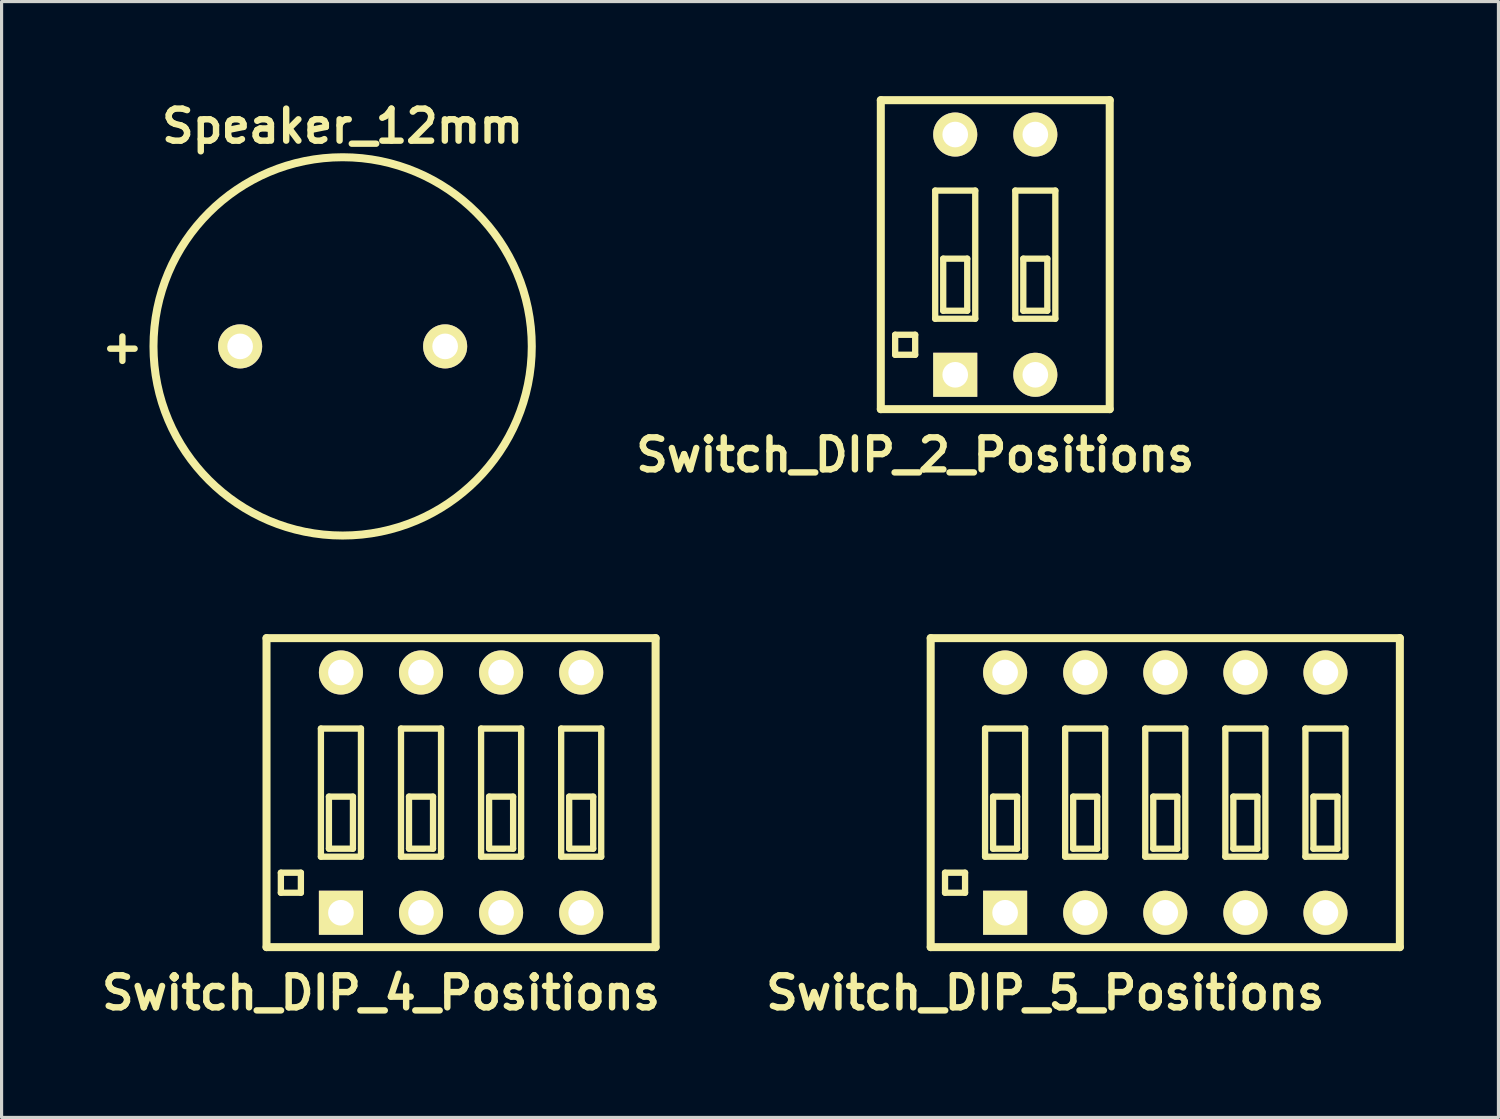
<source format=kicad_pcb>
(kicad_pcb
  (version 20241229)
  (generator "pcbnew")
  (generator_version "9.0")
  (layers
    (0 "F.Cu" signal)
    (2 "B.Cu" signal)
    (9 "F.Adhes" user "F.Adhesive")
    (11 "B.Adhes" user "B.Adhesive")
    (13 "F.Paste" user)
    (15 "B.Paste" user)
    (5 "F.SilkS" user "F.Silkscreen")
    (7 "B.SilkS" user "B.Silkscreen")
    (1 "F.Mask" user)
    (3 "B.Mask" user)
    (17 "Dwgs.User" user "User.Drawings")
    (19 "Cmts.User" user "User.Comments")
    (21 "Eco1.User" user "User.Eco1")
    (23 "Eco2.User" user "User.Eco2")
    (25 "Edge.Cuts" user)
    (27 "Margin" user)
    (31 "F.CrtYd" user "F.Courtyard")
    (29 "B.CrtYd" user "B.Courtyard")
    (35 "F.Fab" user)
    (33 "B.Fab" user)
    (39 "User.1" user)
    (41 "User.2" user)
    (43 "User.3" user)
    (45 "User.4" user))
  (footprint "Switch_DIP_5_Positions"
    (layer "F.Cu")
    (at 33.908 22.089)
    (property "Reference" "Switch_DIP_5_Positions" (at -3.81 6.35 0) (layer "F.SilkS") (effects (font (size 1.016 1.016) (thickness 0.203))))
    (attr through_hole)
    (fp_line (start -7.44 -4.9) (end 7.44 -4.9) (stroke (width 0.254) (type solid)) (layer "F.SilkS"))
    (fp_line (start -7.44 4.9) (end -7.44 -4.9) (stroke (width 0.254) (type solid)) (layer "F.SilkS"))
    (fp_line (start -6.985 2.54) (end -6.35 2.54) (stroke (width 0.2) (type solid)) (layer "F.SilkS"))
    (fp_line (start -6.985 3.175) (end -6.985 2.54) (stroke (width 0.2) (type solid)) (layer "F.SilkS"))
    (fp_line (start -6.35 2.54) (end -6.35 3.175) (stroke (width 0.2) (type solid)) (layer "F.SilkS"))
    (fp_line (start -6.35 3.175) (end -6.985 3.175) (stroke (width 0.2) (type solid)) (layer "F.SilkS"))
    (fp_line (start -5.715 -2.032) (end -4.445 -2.032) (stroke (width 0.2) (type solid)) (layer "F.SilkS"))
    (fp_line (start -5.715 2.032) (end -5.715 -2.032) (stroke (width 0.2) (type solid)) (layer "F.SilkS"))
    (fp_line (start -5.461 0.127) (end -5.461 1.778) (stroke (width 0.2) (type solid)) (layer "F.SilkS"))
    (fp_line (start -5.461 1.778) (end -4.699 1.778) (stroke (width 0.2) (type solid)) (layer "F.SilkS"))
    (fp_line (start -4.699 0.127) (end -5.461 0.127) (stroke (width 0.2) (type solid)) (layer "F.SilkS"))
    (fp_line (start -4.699 1.778) (end -4.699 0.127) (stroke (width 0.2) (type solid)) (layer "F.SilkS"))
    (fp_line (start -4.445 -2.032) (end -4.445 2.032) (stroke (width 0.2) (type solid)) (layer "F.SilkS"))
    (fp_line (start -4.445 2.032) (end -5.715 2.032) (stroke (width 0.2) (type solid)) (layer "F.SilkS"))
    (fp_line (start -3.175 -2.032) (end -1.905 -2.032) (stroke (width 0.2) (type solid)) (layer "F.SilkS"))
    (fp_line (start -3.175 2.032) (end -3.175 -2.032) (stroke (width 0.2) (type solid)) (layer "F.SilkS"))
    (fp_line (start -2.921 0.127) (end -2.921 1.778) (stroke (width 0.2) (type solid)) (layer "F.SilkS"))
    (fp_line (start -2.921 1.778) (end -2.159 1.778) (stroke (width 0.2) (type solid)) (layer "F.SilkS"))
    (fp_line (start -2.159 0.127) (end -2.921 0.127) (stroke (width 0.2) (type solid)) (layer "F.SilkS"))
    (fp_line (start -2.159 1.778) (end -2.159 0.127) (stroke (width 0.2) (type solid)) (layer "F.SilkS"))
    (fp_line (start -1.905 -2.032) (end -1.905 2.032) (stroke (width 0.2) (type solid)) (layer "F.SilkS"))
    (fp_line (start -1.905 2.032) (end -3.175 2.032) (stroke (width 0.2) (type solid)) (layer "F.SilkS"))
    (fp_line (start -0.635 -2.032) (end 0.635 -2.032) (stroke (width 0.2) (type solid)) (layer "F.SilkS"))
    (fp_line (start -0.635 2.032) (end -0.635 -2.032) (stroke (width 0.2) (type solid)) (layer "F.SilkS"))
    (fp_line (start -0.381 0.127) (end -0.381 1.778) (stroke (width 0.2) (type solid)) (layer "F.SilkS"))
    (fp_line (start -0.381 1.778) (end 0.381 1.778) (stroke (width 0.2) (type solid)) (layer "F.SilkS"))
    (fp_line (start 0.381 0.127) (end -0.381 0.127) (stroke (width 0.2) (type solid)) (layer "F.SilkS"))
    (fp_line (start 0.381 1.778) (end 0.381 0.127) (stroke (width 0.2) (type solid)) (layer "F.SilkS"))
    (fp_line (start 0.635 -2.032) (end 0.635 2.032) (stroke (width 0.2) (type solid)) (layer "F.SilkS"))
    (fp_line (start 0.635 2.032) (end -0.635 2.032) (stroke (width 0.2) (type solid)) (layer "F.SilkS"))
    (fp_line (start 1.905 -2.032) (end 3.175 -2.032) (stroke (width 0.2) (type solid)) (layer "F.SilkS"))
    (fp_line (start 1.905 2.032) (end 1.905 -2.032) (stroke (width 0.2) (type solid)) (layer "F.SilkS"))
    (fp_line (start 2.159 0.127) (end 2.159 1.778) (stroke (width 0.2) (type solid)) (layer "F.SilkS"))
    (fp_line (start 2.159 1.778) (end 2.921 1.778) (stroke (width 0.2) (type solid)) (layer "F.SilkS"))
    (fp_line (start 2.921 0.127) (end 2.159 0.127) (stroke (width 0.2) (type solid)) (layer "F.SilkS"))
    (fp_line (start 2.921 1.778) (end 2.921 0.127) (stroke (width 0.2) (type solid)) (layer "F.SilkS"))
    (fp_line (start 3.175 -2.032) (end 3.175 2.032) (stroke (width 0.2) (type solid)) (layer "F.SilkS"))
    (fp_line (start 3.175 2.032) (end 1.905 2.032) (stroke (width 0.2) (type solid)) (layer "F.SilkS"))
    (fp_line (start 4.445 -2.032) (end 5.715 -2.032) (stroke (width 0.2) (type solid)) (layer "F.SilkS"))
    (fp_line (start 4.445 2.032) (end 4.445 -2.032) (stroke (width 0.2) (type solid)) (layer "F.SilkS"))
    (fp_line (start 4.699 0.127) (end 4.699 1.778) (stroke (width 0.2) (type solid)) (layer "F.SilkS"))
    (fp_line (start 4.699 1.778) (end 5.461 1.778) (stroke (width 0.2) (type solid)) (layer "F.SilkS"))
    (fp_line (start 5.461 0.127) (end 4.699 0.127) (stroke (width 0.2) (type solid)) (layer "F.SilkS"))
    (fp_line (start 5.461 1.778) (end 5.461 0.127) (stroke (width 0.2) (type solid)) (layer "F.SilkS"))
    (fp_line (start 5.715 -2.032) (end 5.715 2.032) (stroke (width 0.2) (type solid)) (layer "F.SilkS"))
    (fp_line (start 5.715 2.032) (end 4.445 2.032) (stroke (width 0.2) (type solid)) (layer "F.SilkS"))
    (fp_line (start 7.44 -4.9) (end 7.44 4.9) (stroke (width 0.254) (type solid)) (layer "F.SilkS"))
    (fp_line (start 7.44 4.9) (end -7.44 4.9) (stroke (width 0.254) (type solid)) (layer "F.SilkS"))
    (pad "1" thru_hole rect (at -5.08 3.81) (size 1.397 1.397) (drill 0.813) (layers "*.Cu" "*.Mask" "F.SilkS"))
    (pad "2" thru_hole circle (at -2.54 3.81) (size 1.397 1.397) (drill 0.813) (layers "*.Cu" "*.Mask" "F.SilkS"))
    (pad "3" thru_hole circle (at 0 3.81) (size 1.397 1.397) (drill 0.813) (layers "*.Cu" "*.Mask" "F.SilkS"))
    (pad "4" thru_hole circle (at 2.54 3.81) (size 1.397 1.397) (drill 0.813) (layers "*.Cu" "*.Mask" "F.SilkS"))
    (pad "5" thru_hole circle (at 5.08 3.81) (size 1.397 1.397) (drill 0.813) (layers "*.Cu" "*.Mask" "F.SilkS"))
    (pad "6" thru_hole circle (at 5.08 -3.81) (size 1.397 1.397) (drill 0.813) (layers "*.Cu" "*.Mask" "F.SilkS"))
    (pad "7" thru_hole circle (at 2.54 -3.81) (size 1.397 1.397) (drill 0.813) (layers "*.Cu" "*.Mask" "F.SilkS"))
    (pad "8" thru_hole circle (at 0 -3.81) (size 1.397 1.397) (drill 0.813) (layers "*.Cu" "*.Mask" "F.SilkS"))
    (pad "9" thru_hole circle (at -2.54 -3.81) (size 1.397 1.397) (drill 0.813) (layers "*.Cu" "*.Mask" "F.SilkS"))
    (pad "10" thru_hole circle (at -5.08 -3.81) (size 1.397 1.397) (drill 0.813) (layers "*.Cu" "*.Mask" "F.SilkS")))
  (footprint "Switch_DIP_2_Positions"
    (layer "F.Cu")
    (at 28.516 5.027)
    (property "Reference" "Switch_DIP_2_Positions" (at -2.54 6.35 0) (layer "F.SilkS") (effects (font (size 1.016 1.016) (thickness 0.203))))
    (attr through_hole)
    (fp_line (start -3.63 -4.9) (end 3.63 -4.9) (stroke (width 0.254) (type solid)) (layer "F.SilkS"))
    (fp_line (start -3.63 4.9) (end -3.63 -4.9) (stroke (width 0.254) (type solid)) (layer "F.SilkS"))
    (fp_line (start -3.175 2.54) (end -2.54 2.54) (stroke (width 0.2) (type solid)) (layer "F.SilkS"))
    (fp_line (start -3.175 3.175) (end -3.175 2.54) (stroke (width 0.2) (type solid)) (layer "F.SilkS"))
    (fp_line (start -2.54 2.54) (end -2.54 3.175) (stroke (width 0.2) (type solid)) (layer "F.SilkS"))
    (fp_line (start -2.54 3.175) (end -3.175 3.175) (stroke (width 0.2) (type solid)) (layer "F.SilkS"))
    (fp_line (start -1.905 -2.032) (end -0.635 -2.032) (stroke (width 0.2) (type solid)) (layer "F.SilkS"))
    (fp_line (start -1.905 2.032) (end -1.905 -2.032) (stroke (width 0.2) (type solid)) (layer "F.SilkS"))
    (fp_line (start -1.651 0.127) (end -1.651 1.778) (stroke (width 0.2) (type solid)) (layer "F.SilkS"))
    (fp_line (start -1.651 1.778) (end -0.889 1.778) (stroke (width 0.2) (type solid)) (layer "F.SilkS"))
    (fp_line (start -0.889 0.127) (end -1.651 0.127) (stroke (width 0.2) (type solid)) (layer "F.SilkS"))
    (fp_line (start -0.889 1.778) (end -0.889 0.127) (stroke (width 0.2) (type solid)) (layer "F.SilkS"))
    (fp_line (start -0.635 -2.032) (end -0.635 2.032) (stroke (width 0.2) (type solid)) (layer "F.SilkS"))
    (fp_line (start -0.635 2.032) (end -1.905 2.032) (stroke (width 0.2) (type solid)) (layer "F.SilkS"))
    (fp_line (start 0.635 -2.032) (end 1.905 -2.032) (stroke (width 0.2) (type solid)) (layer "F.SilkS"))
    (fp_line (start 0.635 2.032) (end 0.635 -2.032) (stroke (width 0.2) (type solid)) (layer "F.SilkS"))
    (fp_line (start 0.889 0.127) (end 0.889 1.778) (stroke (width 0.2) (type solid)) (layer "F.SilkS"))
    (fp_line (start 0.889 1.778) (end 1.651 1.778) (stroke (width 0.2) (type solid)) (layer "F.SilkS"))
    (fp_line (start 1.651 0.127) (end 0.889 0.127) (stroke (width 0.2) (type solid)) (layer "F.SilkS"))
    (fp_line (start 1.651 1.778) (end 1.651 0.127) (stroke (width 0.2) (type solid)) (layer "F.SilkS"))
    (fp_line (start 1.905 -2.032) (end 1.905 2.032) (stroke (width 0.2) (type solid)) (layer "F.SilkS"))
    (fp_line (start 1.905 2.032) (end 0.635 2.032) (stroke (width 0.2) (type solid)) (layer "F.SilkS"))
    (fp_line (start 3.63 -4.9) (end 3.63 4.9) (stroke (width 0.254) (type solid)) (layer "F.SilkS"))
    (fp_line (start 3.63 4.9) (end -3.63 4.9) (stroke (width 0.254) (type solid)) (layer "F.SilkS"))
    (pad "1" thru_hole rect (at -1.27 3.81) (size 1.397 1.397) (drill 0.813) (layers "*.Cu" "*.Mask" "F.SilkS"))
    (pad "2" thru_hole circle (at 1.27 3.81) (size 1.397 1.397) (drill 0.813) (layers "*.Cu" "*.Mask" "F.SilkS"))
    (pad "3" thru_hole circle (at 1.27 -3.81) (size 1.397 1.397) (drill 0.813) (layers "*.Cu" "*.Mask" "F.SilkS"))
    (pad "4" thru_hole circle (at -1.27 -3.81) (size 1.397 1.397) (drill 0.813) (layers "*.Cu" "*.Mask" "F.SilkS")))
  (footprint "Speaker_12mm"
    (layer "F.Cu")
    (at 7.817 7.936)
    (property "Reference" "Speaker_12mm" (at 0 -6.985 0) (layer "F.SilkS") (effects (font (size 1.016 1.016) (thickness 0.203))))
    (attr through_hole)
    (fp_circle (center 0 0) (end 0 -5.999) (stroke (width 0.254) (type solid)) (fill no) (layer "F.SilkS"))
    (fp_text user "+" (at -6.985 0 0) (layer "F.SilkS") (effects (font (size 1.016 1.016) (thickness 0.203))))
    (pad "1" thru_hole circle (at 3.251 0) (size 1.397 1.397) (drill 0.813) (layers "*.Cu" "*.Mask" "F.SilkS"))
    (pad "2" thru_hole circle (at -3.251 0) (size 1.397 1.397) (drill 0.813) (layers "*.Cu" "*.Mask" "F.SilkS")))
  (footprint "Switch_DIP_4_Positions"
    (layer "F.Cu")
    (at 11.573 22.089)
    (property "Reference" "Switch_DIP_4_Positions" (at -2.54 6.35 0) (layer "F.SilkS") (effects (font (size 1.016 1.016) (thickness 0.203))))
    (attr through_hole)
    (fp_line (start -6.17 -4.9) (end 6.17 -4.9) (stroke (width 0.254) (type solid)) (layer "F.SilkS"))
    (fp_line (start -6.17 4.9) (end -6.17 -4.9) (stroke (width 0.254) (type solid)) (layer "F.SilkS"))
    (fp_line (start -5.715 2.54) (end -5.08 2.54) (stroke (width 0.2) (type solid)) (layer "F.SilkS"))
    (fp_line (start -5.715 3.175) (end -5.715 2.54) (stroke (width 0.2) (type solid)) (layer "F.SilkS"))
    (fp_line (start -5.08 2.54) (end -5.08 3.175) (stroke (width 0.2) (type solid)) (layer "F.SilkS"))
    (fp_line (start -5.08 3.175) (end -5.715 3.175) (stroke (width 0.2) (type solid)) (layer "F.SilkS"))
    (fp_line (start -4.445 -2.032) (end -3.175 -2.032) (stroke (width 0.2) (type solid)) (layer "F.SilkS"))
    (fp_line (start -4.445 2.032) (end -4.445 -2.032) (stroke (width 0.2) (type solid)) (layer "F.SilkS"))
    (fp_line (start -4.191 0.127) (end -4.191 1.778) (stroke (width 0.2) (type solid)) (layer "F.SilkS"))
    (fp_line (start -4.191 1.778) (end -3.429 1.778) (stroke (width 0.2) (type solid)) (layer "F.SilkS"))
    (fp_line (start -3.429 0.127) (end -4.191 0.127) (stroke (width 0.2) (type solid)) (layer "F.SilkS"))
    (fp_line (start -3.429 1.778) (end -3.429 0.127) (stroke (width 0.2) (type solid)) (layer "F.SilkS"))
    (fp_line (start -3.175 -2.032) (end -3.175 2.032) (stroke (width 0.2) (type solid)) (layer "F.SilkS"))
    (fp_line (start -3.175 2.032) (end -4.445 2.032) (stroke (width 0.2) (type solid)) (layer "F.SilkS"))
    (fp_line (start -1.905 -2.032) (end -0.635 -2.032) (stroke (width 0.2) (type solid)) (layer "F.SilkS"))
    (fp_line (start -1.905 2.032) (end -1.905 -2.032) (stroke (width 0.2) (type solid)) (layer "F.SilkS"))
    (fp_line (start -1.651 0.127) (end -1.651 1.778) (stroke (width 0.2) (type solid)) (layer "F.SilkS"))
    (fp_line (start -1.651 1.778) (end -0.889 1.778) (stroke (width 0.2) (type solid)) (layer "F.SilkS"))
    (fp_line (start -0.889 0.127) (end -1.651 0.127) (stroke (width 0.2) (type solid)) (layer "F.SilkS"))
    (fp_line (start -0.889 1.778) (end -0.889 0.127) (stroke (width 0.2) (type solid)) (layer "F.SilkS"))
    (fp_line (start -0.635 -2.032) (end -0.635 2.032) (stroke (width 0.2) (type solid)) (layer "F.SilkS"))
    (fp_line (start -0.635 2.032) (end -1.905 2.032) (stroke (width 0.2) (type solid)) (layer "F.SilkS"))
    (fp_line (start 0.635 -2.032) (end 1.905 -2.032) (stroke (width 0.2) (type solid)) (layer "F.SilkS"))
    (fp_line (start 0.635 2.032) (end 0.635 -2.032) (stroke (width 0.2) (type solid)) (layer "F.SilkS"))
    (fp_line (start 0.889 0.127) (end 0.889 1.778) (stroke (width 0.2) (type solid)) (layer "F.SilkS"))
    (fp_line (start 0.889 1.778) (end 1.651 1.778) (stroke (width 0.2) (type solid)) (layer "F.SilkS"))
    (fp_line (start 1.651 0.127) (end 0.889 0.127) (stroke (width 0.2) (type solid)) (layer "F.SilkS"))
    (fp_line (start 1.651 1.778) (end 1.651 0.127) (stroke (width 0.2) (type solid)) (layer "F.SilkS"))
    (fp_line (start 1.905 -2.032) (end 1.905 2.032) (stroke (width 0.2) (type solid)) (layer "F.SilkS"))
    (fp_line (start 1.905 2.032) (end 0.635 2.032) (stroke (width 0.2) (type solid)) (layer "F.SilkS"))
    (fp_line (start 3.175 -2.032) (end 4.445 -2.032) (stroke (width 0.2) (type solid)) (layer "F.SilkS"))
    (fp_line (start 3.175 2.032) (end 3.175 -2.032) (stroke (width 0.2) (type solid)) (layer "F.SilkS"))
    (fp_line (start 3.429 0.127) (end 3.429 1.778) (stroke (width 0.2) (type solid)) (layer "F.SilkS"))
    (fp_line (start 3.429 1.778) (end 4.191 1.778) (stroke (width 0.2) (type solid)) (layer "F.SilkS"))
    (fp_line (start 4.191 0.127) (end 3.429 0.127) (stroke (width 0.2) (type solid)) (layer "F.SilkS"))
    (fp_line (start 4.191 1.778) (end 4.191 0.127) (stroke (width 0.2) (type solid)) (layer "F.SilkS"))
    (fp_line (start 4.445 -2.032) (end 4.445 2.032) (stroke (width 0.2) (type solid)) (layer "F.SilkS"))
    (fp_line (start 4.445 2.032) (end 3.175 2.032) (stroke (width 0.2) (type solid)) (layer "F.SilkS"))
    (fp_line (start 6.17 -4.9) (end 6.17 4.9) (stroke (width 0.254) (type solid)) (layer "F.SilkS"))
    (fp_line (start 6.17 4.9) (end -6.17 4.9) (stroke (width 0.254) (type solid)) (layer "F.SilkS"))
    (pad "1" thru_hole rect (at -3.81 3.81) (size 1.397 1.397) (drill 0.813) (layers "*.Cu" "*.Mask" "F.SilkS"))
    (pad "2" thru_hole circle (at -1.27 3.81) (size 1.397 1.397) (drill 0.813) (layers "*.Cu" "*.Mask" "F.SilkS"))
    (pad "3" thru_hole circle (at 1.27 3.81) (size 1.397 1.397) (drill 0.813) (layers "*.Cu" "*.Mask" "F.SilkS"))
    (pad "4" thru_hole circle (at 3.81 3.81) (size 1.397 1.397) (drill 0.813) (layers "*.Cu" "*.Mask" "F.SilkS"))
    (pad "5" thru_hole circle (at 3.81 -3.81) (size 1.397 1.397) (drill 0.813) (layers "*.Cu" "*.Mask" "F.SilkS"))
    (pad "6" thru_hole circle (at 1.27 -3.81) (size 1.397 1.397) (drill 0.813) (layers "*.Cu" "*.Mask" "F.SilkS"))
    (pad "7" thru_hole circle (at -1.27 -3.81) (size 1.397 1.397) (drill 0.813) (layers "*.Cu" "*.Mask" "F.SilkS"))
    (pad "8" thru_hole circle (at -3.81 -3.81) (size 1.397 1.397) (drill 0.813) (layers "*.Cu" "*.Mask" "F.SilkS")))
  (gr_rect
    (start -3 -3)
    (end 44.475 32.39)
    (stroke (width 0.1) (type default))
    (fill no)
    (layer "Edge.Cuts")))
</source>
